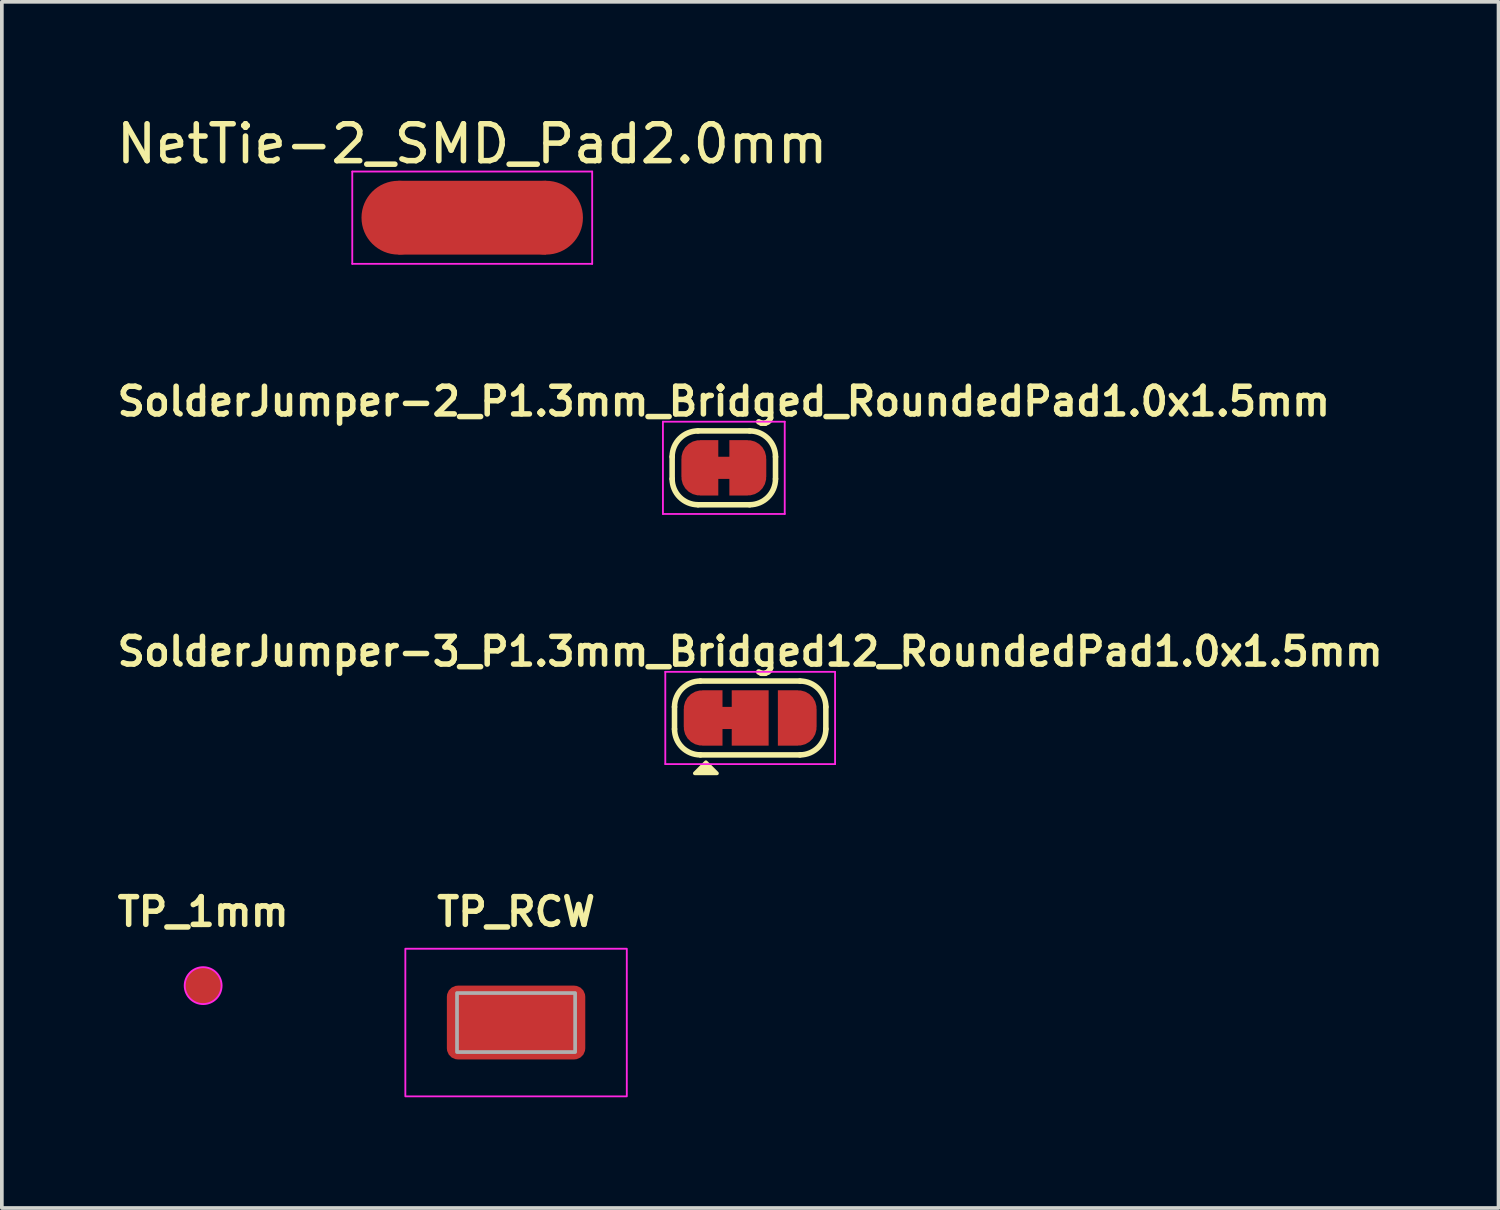
<source format=kicad_pcb>
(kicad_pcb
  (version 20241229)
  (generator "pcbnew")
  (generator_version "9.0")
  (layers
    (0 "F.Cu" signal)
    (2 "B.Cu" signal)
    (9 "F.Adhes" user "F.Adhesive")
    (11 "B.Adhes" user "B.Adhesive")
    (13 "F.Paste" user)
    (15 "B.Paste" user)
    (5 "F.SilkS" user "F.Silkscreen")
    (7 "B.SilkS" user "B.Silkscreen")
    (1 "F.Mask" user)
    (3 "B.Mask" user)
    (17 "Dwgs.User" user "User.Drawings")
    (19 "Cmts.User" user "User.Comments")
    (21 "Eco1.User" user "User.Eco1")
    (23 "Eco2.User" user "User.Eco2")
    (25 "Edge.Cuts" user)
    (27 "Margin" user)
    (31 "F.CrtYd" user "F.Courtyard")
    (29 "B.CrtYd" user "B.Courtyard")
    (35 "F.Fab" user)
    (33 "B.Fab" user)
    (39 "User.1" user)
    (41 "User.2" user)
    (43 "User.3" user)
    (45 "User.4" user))
  (footprint "NetTie-2_SMD_Pad2.0mm"
    (layer "F.Cu")
    (at 9.744 2.848)
    (property "Reference" "NetTie-2_SMD_Pad2.0mm" (at 0 -2 0) (layer "F.SilkS") (effects (font (size 1 1) (thickness 0.15))))
    (attr exclude_from_pos_files exclude_from_bom)
    (fp_poly (pts (xy -2 -1) (xy 2 -1) (xy 2 1) (xy -2 1)) (stroke (width 0) (type solid)) (fill yes) (layer "F.Cu"))
    (fp_line (start -3.25 -1.25) (end 3.25 -1.25) (stroke (width 0.05) (type solid)) (layer "F.CrtYd"))
    (fp_line (start -3.25 1.25) (end -3.25 -1.25) (stroke (width 0.05) (type solid)) (layer "F.CrtYd"))
    (fp_line (start 3.25 -1.25) (end 3.25 1.25) (stroke (width 0.05) (type solid)) (layer "F.CrtYd"))
    (fp_line (start 3.25 1.25) (end -3.25 1.25) (stroke (width 0.05) (type solid)) (layer "F.CrtYd"))
    (pad "1" smd circle (at -2 0) (size 2 2) (layers "F.Cu"))
    (pad "2" smd circle (at 2 0) (size 2 2) (layers "F.Cu")))
  (footprint "TP_1mm"
    (layer "F.Cu")
    (at 2.454 23.654)
    (property "Reference" "TP_1mm" (at 0 -2 0) (unlocked yes) (layer "F.SilkS") (effects (font (size 0.75 0.75) (thickness 0.15))))
    (attr smd exclude_from_bom)
    (fp_circle (center 0 0) (end 0 0.5) (stroke (width 0.05) (type default)) (fill no) (layer "F.CrtYd"))
    (pad "1" smd circle (at 0 0) (size 1 1) (layers "F.Cu" "F.Mask")))
  (footprint "TP_RCW"
    (layer "F.Cu")
    (at 10.932 24.654)
    (property "Reference" "TP_RCW" (at 0 -3 0) (unlocked yes) (layer "F.SilkS") (effects (font (size 0.75 0.75) (thickness 0.15) (bold yes))))
    (attr smd)
    (fp_rect (start -3 -2) (end 3 2) (stroke (width 0.05) (type default)) (fill no) (layer "F.CrtYd"))
    (fp_rect (start -1.6 -0.8) (end 1.6 0.8) (stroke (width 0.1) (type solid)) (fill no) (layer "F.Fab"))
    (pad "1" smd roundrect (at 0 0) (size 3.75 2) (layers "F.Cu" "F.Mask" "F.Paste") (roundrect_rratio 0.15)))
  (footprint "SolderJumper-3_P1.3mm_Bridged12_RoundedPad1.0x1.5mm"
    (layer "F.Cu")
    (at 17.275 16.402)
    (property "Reference" "SolderJumper-3_P1.3mm_Bridged12_RoundedPad1.0x1.5mm" (at 0 -1.8 0) (layer "F.SilkS") (effects (font (size 0.75 0.75) (thickness 0.15))))
    (attr exclude_from_pos_files exclude_from_bom)
    (fp_poly (pts (xy -0.9 -0.3) (xy -0.4 -0.3) (xy -0.4 0.3) (xy -0.9 0.3)) (stroke (width 0) (type solid)) (fill yes) (layer "F.Cu"))
    (fp_line (start -2.05 0.3) (end -2.05 -0.3) (stroke (width 0.15) (type solid)) (layer "F.SilkS"))
    (fp_line (start -1.35 -1) (end 1.35 -1) (stroke (width 0.15) (type solid)) (layer "F.SilkS"))
    (fp_line (start 1.35 1) (end -1.35 1) (stroke (width 0.15) (type solid)) (layer "F.SilkS"))
    (fp_line (start 2.05 -0.3) (end 2.05 0.3) (stroke (width 0.15) (type solid)) (layer "F.SilkS"))
    (fp_arc (start -2.05 -0.3) (mid -1.844975 -0.794975) (end -1.35 -1) (stroke (width 0.15) (type solid)) (layer "F.SilkS"))
    (fp_arc (start -1.35 1) (mid -1.844975 0.794975) (end -2.05 0.3) (stroke (width 0.15) (type solid)) (layer "F.SilkS"))
    (fp_arc (start 1.35 -1) (mid 1.844975 -0.794975) (end 2.05 -0.3) (stroke (width 0.15) (type solid)) (layer "F.SilkS"))
    (fp_arc (start 2.05 0.3) (mid 1.844975 0.794975) (end 1.35 1) (stroke (width 0.15) (type solid)) (layer "F.SilkS"))
    (fp_poly (pts (xy -1.5 1.5) (xy -1.2 1.2) (xy -0.9 1.5)) (stroke (width 0.1) (type solid)) (fill yes) (layer "F.SilkS"))
    (fp_line (start -2.3 -1.25) (end -2.3 1.25) (stroke (width 0.05) (type solid)) (layer "F.CrtYd"))
    (fp_line (start -2.3 -1.25) (end 2.3 -1.25) (stroke (width 0.05) (type solid)) (layer "F.CrtYd"))
    (fp_line (start 2.3 1.25) (end -2.3 1.25) (stroke (width 0.05) (type solid)) (layer "F.CrtYd"))
    (fp_line (start 2.3 1.25) (end 2.3 -1.25) (stroke (width 0.05) (type solid)) (layer "F.CrtYd"))
    (pad "1" smd custom (at -1.3 0) (size 1 0.5) (layers "F.Cu" "F.Mask") (options (anchor rect)) (primitives (gr_circle (center 0 0.25) (end 0.5 0.25) (width 0) (fill yes)) (gr_circle (center 0 -0.25) (end 0.5 -0.25) (width 0) (fill yes)) (gr_poly (pts (xy 0.55 -0.75) (xy 0 -0.75) (xy 0 0.75) (xy 0.55 0.75)) (width 0) (fill yes))))
    (pad "2" smd rect (at 0 0) (size 1 1.5) (layers "F.Cu" "F.Mask"))
    (pad "3" smd custom (at 1.3 0) (size 1 0.5) (layers "F.Cu" "F.Mask") (options (anchor rect)) (primitives (gr_circle (center 0 0.25) (end 0.5 0.25) (width 0) (fill yes)) (gr_circle (center 0 -0.25) (end 0.5 -0.25) (width 0) (fill yes)) (gr_poly (pts (xy -0.55 -0.75) (xy 0 -0.75) (xy 0 0.75) (xy -0.55 0.75)) (width 0) (fill yes)))))
  (footprint "SolderJumper-2_P1.3mm_Bridged_RoundedPad1.0x1.5mm"
    (layer "F.Cu")
    (at 16.561 9.625)
    (property "Reference" "SolderJumper-2_P1.3mm_Bridged_RoundedPad1.0x1.5mm" (at 0 -1.8 0) (layer "F.SilkS") (effects (font (size 0.75 0.75) (thickness 0.15))))
    (attr exclude_from_pos_files exclude_from_bom)
    (fp_poly (pts (xy 0.25 -0.3) (xy -0.25 -0.3) (xy -0.25 0.3) (xy 0.25 0.3)) (stroke (width 0) (type solid)) (fill yes) (layer "F.Cu"))
    (fp_line (start -1.4 0.3) (end -1.4 -0.3) (stroke (width 0.15) (type solid)) (layer "F.SilkS"))
    (fp_line (start -0.7 -1) (end 0.7 -1) (stroke (width 0.15) (type solid)) (layer "F.SilkS"))
    (fp_line (start 0.7 1) (end -0.7 1) (stroke (width 0.15) (type solid)) (layer "F.SilkS"))
    (fp_line (start 1.4 -0.3) (end 1.4 0.3) (stroke (width 0.15) (type solid)) (layer "F.SilkS"))
    (fp_arc (start -1.4 -0.3) (mid -1.194975 -0.794975) (end -0.7 -1) (stroke (width 0.15) (type solid)) (layer "F.SilkS"))
    (fp_arc (start -0.7 1) (mid -1.194975 0.794975) (end -1.4 0.3) (stroke (width 0.15) (type solid)) (layer "F.SilkS"))
    (fp_arc (start 0.7 -1) (mid 1.194975 -0.794975) (end 1.4 -0.3) (stroke (width 0.15) (type solid)) (layer "F.SilkS"))
    (fp_arc (start 1.4 0.3) (mid 1.194975 0.794975) (end 0.7 1) (stroke (width 0.15) (type solid)) (layer "F.SilkS"))
    (fp_line (start -1.65 -1.25) (end -1.65 1.25) (stroke (width 0.05) (type solid)) (layer "F.CrtYd"))
    (fp_line (start -1.65 -1.25) (end 1.65 -1.25) (stroke (width 0.05) (type solid)) (layer "F.CrtYd"))
    (fp_line (start 1.65 1.25) (end -1.65 1.25) (stroke (width 0.05) (type solid)) (layer "F.CrtYd"))
    (fp_line (start 1.65 1.25) (end 1.65 -1.25) (stroke (width 0.05) (type solid)) (layer "F.CrtYd"))
    (pad "1" smd custom (at -0.65 0) (size 1 0.5) (layers "F.Cu" "F.Mask") (options (anchor rect)) (primitives (gr_circle (center 0 0.25) (end 0.5 0.25) (width 0) (fill yes)) (gr_circle (center 0 -0.25) (end 0.5 -0.25) (width 0) (fill yes)) (gr_poly (pts (xy 0 -0.75) (xy 0.5 -0.75) (xy 0.5 0.75) (xy 0 0.75)) (width 0) (fill yes))))
    (pad "2" smd custom (at 0.65 0) (size 1 0.5) (layers "F.Cu" "F.Mask") (options (anchor rect)) (primitives (gr_circle (center 0 0.25) (end 0.5 0.25) (width 0) (fill yes)) (gr_circle (center 0 -0.25) (end 0.5 -0.25) (width 0) (fill yes)) (gr_poly (pts (xy 0 -0.75) (xy -0.5 -0.75) (xy -0.5 0.75) (xy 0 0.75)) (width 0) (fill yes)))))
  (gr_rect
    (start -3 -3)
    (end 37.55 29.679)
    (stroke (width 0.1) (type default))
    (fill no)
    (layer "Edge.Cuts")))
</source>
